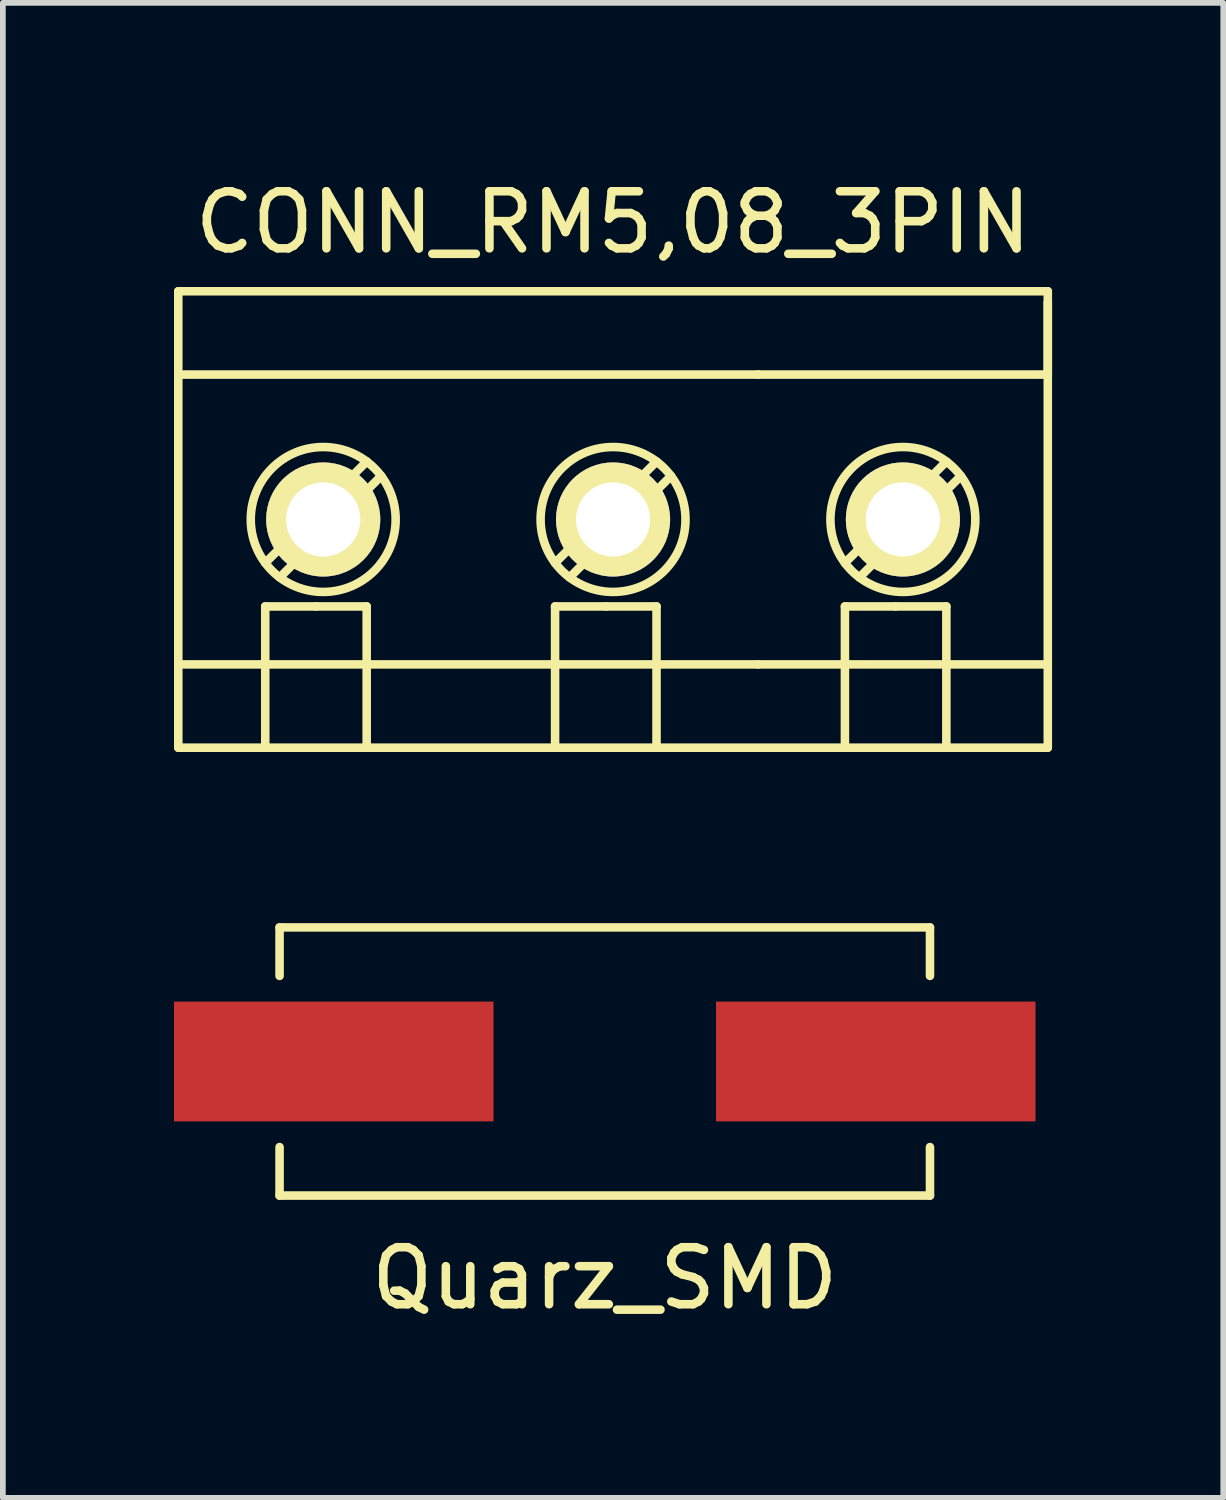
<source format=kicad_pcb>
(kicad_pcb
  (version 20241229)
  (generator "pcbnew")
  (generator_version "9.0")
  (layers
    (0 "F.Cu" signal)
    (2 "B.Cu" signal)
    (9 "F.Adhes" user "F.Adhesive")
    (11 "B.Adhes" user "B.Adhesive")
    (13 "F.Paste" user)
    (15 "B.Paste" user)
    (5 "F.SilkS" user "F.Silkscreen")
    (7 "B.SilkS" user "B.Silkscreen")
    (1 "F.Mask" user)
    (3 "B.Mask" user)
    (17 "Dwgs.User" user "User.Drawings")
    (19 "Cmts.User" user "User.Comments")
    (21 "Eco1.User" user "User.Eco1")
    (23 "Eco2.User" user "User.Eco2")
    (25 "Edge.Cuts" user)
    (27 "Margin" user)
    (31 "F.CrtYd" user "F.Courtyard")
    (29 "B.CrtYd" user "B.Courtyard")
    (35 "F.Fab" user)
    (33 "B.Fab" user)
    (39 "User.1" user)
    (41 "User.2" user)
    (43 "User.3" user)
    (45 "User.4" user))
  (footprint "Quarz_SMD"
    (layer "F.Cu")
    (at 7.55 15.555)
    (property "Reference" "Quarz_SMD" (at 0 3.8 0) (layer "F.SilkS") (effects (font (size 1 1) (thickness 0.15))))
    (attr through_hole)
    (fp_line (start -5.7 -2.35) (end -5.7 -1.5) (stroke (width 0.15) (type solid)) (layer "F.SilkS"))
    (fp_line (start -5.7 -2.35) (end 5.7 -2.35) (stroke (width 0.15) (type solid)) (layer "F.SilkS"))
    (fp_line (start -5.7 2.35) (end -5.7 1.5) (stroke (width 0.15) (type solid)) (layer "F.SilkS"))
    (fp_line (start -5.7 2.35) (end 5.7 2.35) (stroke (width 0.15) (type solid)) (layer "F.SilkS"))
    (fp_line (start 5.7 -2.35) (end 5.7 -1.5) (stroke (width 0.15) (type solid)) (layer "F.SilkS"))
    (fp_line (start 5.7 2.35) (end 5.7 1.5) (stroke (width 0.15) (type solid)) (layer "F.SilkS"))
    (pad "1" smd rect (at -4.75 0) (size 5.6 2.1) (layers "F.Cu" "F.Mask" "F.Paste"))
    (pad "2" smd rect (at 4.75 0) (size 5.6 2.1) (layers "F.Cu" "F.Mask" "F.Paste")))
  (footprint "CONN_RM5,08_3PIN"
    (layer "F.Cu")
    (at 7.695 6.055)
    (property "Reference" "CONN_RM5,08_3PIN" (at 0 -5.207 0) (layer "F.SilkS") (effects (font (size 1 1) (thickness 0.15))))
    (attr through_hole)
    (fp_line (start -7.62 -4) (end 7.62 -4) (stroke (width 0.15) (type solid)) (layer "F.SilkS"))
    (fp_line (start -7.62 -2.54) (end 2.54 -2.54) (stroke (width 0.15) (type solid)) (layer "F.SilkS"))
    (fp_line (start -7.62 4) (end -7.62 -4) (stroke (width 0.15) (type solid)) (layer "F.SilkS"))
    (fp_line (start -6.096 0.762) (end -4.318 -1.016) (stroke (width 0.15) (type solid)) (layer "F.SilkS"))
    (fp_line (start -6.096 1.524) (end -5.207 1.524) (stroke (width 0.15) (type solid)) (layer "F.SilkS"))
    (fp_line (start -6.096 3.937) (end -6.096 1.524) (stroke (width 0.15) (type solid)) (layer "F.SilkS"))
    (fp_line (start -5.842 1.016) (end -4.064 -0.762) (stroke (width 0.15) (type solid)) (layer "F.SilkS"))
    (fp_line (start -5.207 1.524) (end -4.318 1.524) (stroke (width 0.15) (type solid)) (layer "F.SilkS"))
    (fp_line (start -4.318 1.524) (end -4.318 3.937) (stroke (width 0.15) (type solid)) (layer "F.SilkS"))
    (fp_line (start -1.016 0.762) (end 0.762 -1.016) (stroke (width 0.15) (type solid)) (layer "F.SilkS"))
    (fp_line (start -1.016 1.524) (end -1.016 3.937) (stroke (width 0.15) (type solid)) (layer "F.SilkS"))
    (fp_line (start -1.016 1.524) (end -0.127 1.524) (stroke (width 0.15) (type solid)) (layer "F.SilkS"))
    (fp_line (start -0.762 1.016) (end 1.016 -0.762) (stroke (width 0.15) (type solid)) (layer "F.SilkS"))
    (fp_line (start -0.127 1.524) (end 0.762 1.524) (stroke (width 0.15) (type solid)) (layer "F.SilkS"))
    (fp_line (start 0.762 1.524) (end 0.762 3.937) (stroke (width 0.15) (type solid)) (layer "F.SilkS"))
    (fp_line (start 2.54 -2.54) (end 7.62 -2.54) (stroke (width 0.15) (type solid)) (layer "F.SilkS"))
    (fp_line (start 2.54 2.54) (end -7.62 2.54) (stroke (width 0.15) (type solid)) (layer "F.SilkS"))
    (fp_line (start 2.54 2.54) (end 7.62 2.54) (stroke (width 0.15) (type solid)) (layer "F.SilkS"))
    (fp_line (start 4.064 0.762) (end 5.842 -1.016) (stroke (width 0.15) (type solid)) (layer "F.SilkS"))
    (fp_line (start 4.064 1.524) (end 4.064 3.937) (stroke (width 0.15) (type solid)) (layer "F.SilkS"))
    (fp_line (start 4.064 1.524) (end 4.953 1.524) (stroke (width 0.15) (type solid)) (layer "F.SilkS"))
    (fp_line (start 4.318 1.016) (end 6.096 -0.762) (stroke (width 0.15) (type solid)) (layer "F.SilkS"))
    (fp_line (start 4.953 1.524) (end 5.842 1.524) (stroke (width 0.15) (type solid)) (layer "F.SilkS"))
    (fp_line (start 5.842 1.524) (end 5.842 3.937) (stroke (width 0.15) (type solid)) (layer "F.SilkS"))
    (fp_line (start 7.62 -4) (end 7.62 4) (stroke (width 0.15) (type solid)) (layer "F.SilkS"))
    (fp_line (start 7.62 -2.54) (end 7.62 -3.81) (stroke (width 0.15) (type solid)) (layer "F.SilkS"))
    (fp_line (start 7.62 4) (end -7.62 4) (stroke (width 0.15) (type solid)) (layer "F.SilkS"))
    (fp_circle (center -5.08 0) (end -6.35 0) (stroke (width 0.15) (type solid)) (fill no) (layer "F.SilkS"))
    (fp_circle (center 0 0) (end -1.27 0) (stroke (width 0.15) (type solid)) (fill no) (layer "F.SilkS"))
    (fp_circle (center 5.08 0) (end 3.81 0) (stroke (width 0.15) (type solid)) (fill no) (layer "F.SilkS"))
    (pad "1" thru_hole circle (at -5.08 0) (size 2 2) (drill 1.3) (layers "*.Cu" "*.Mask" "F.SilkS"))
    (pad "2" thru_hole circle (at 0 0) (size 2 2) (drill 1.3) (layers "*.Cu" "*.Mask" "F.SilkS"))
    (pad "3" thru_hole circle (at 5.08 0) (size 2 2) (drill 1.3) (layers "*.Cu" "*.Mask" "F.SilkS")))
  (gr_rect
    (start -3 -3)
    (end 18.39 23.203)
    (stroke (width 0.1) (type default))
    (fill no)
    (layer "Edge.Cuts")))
</source>
